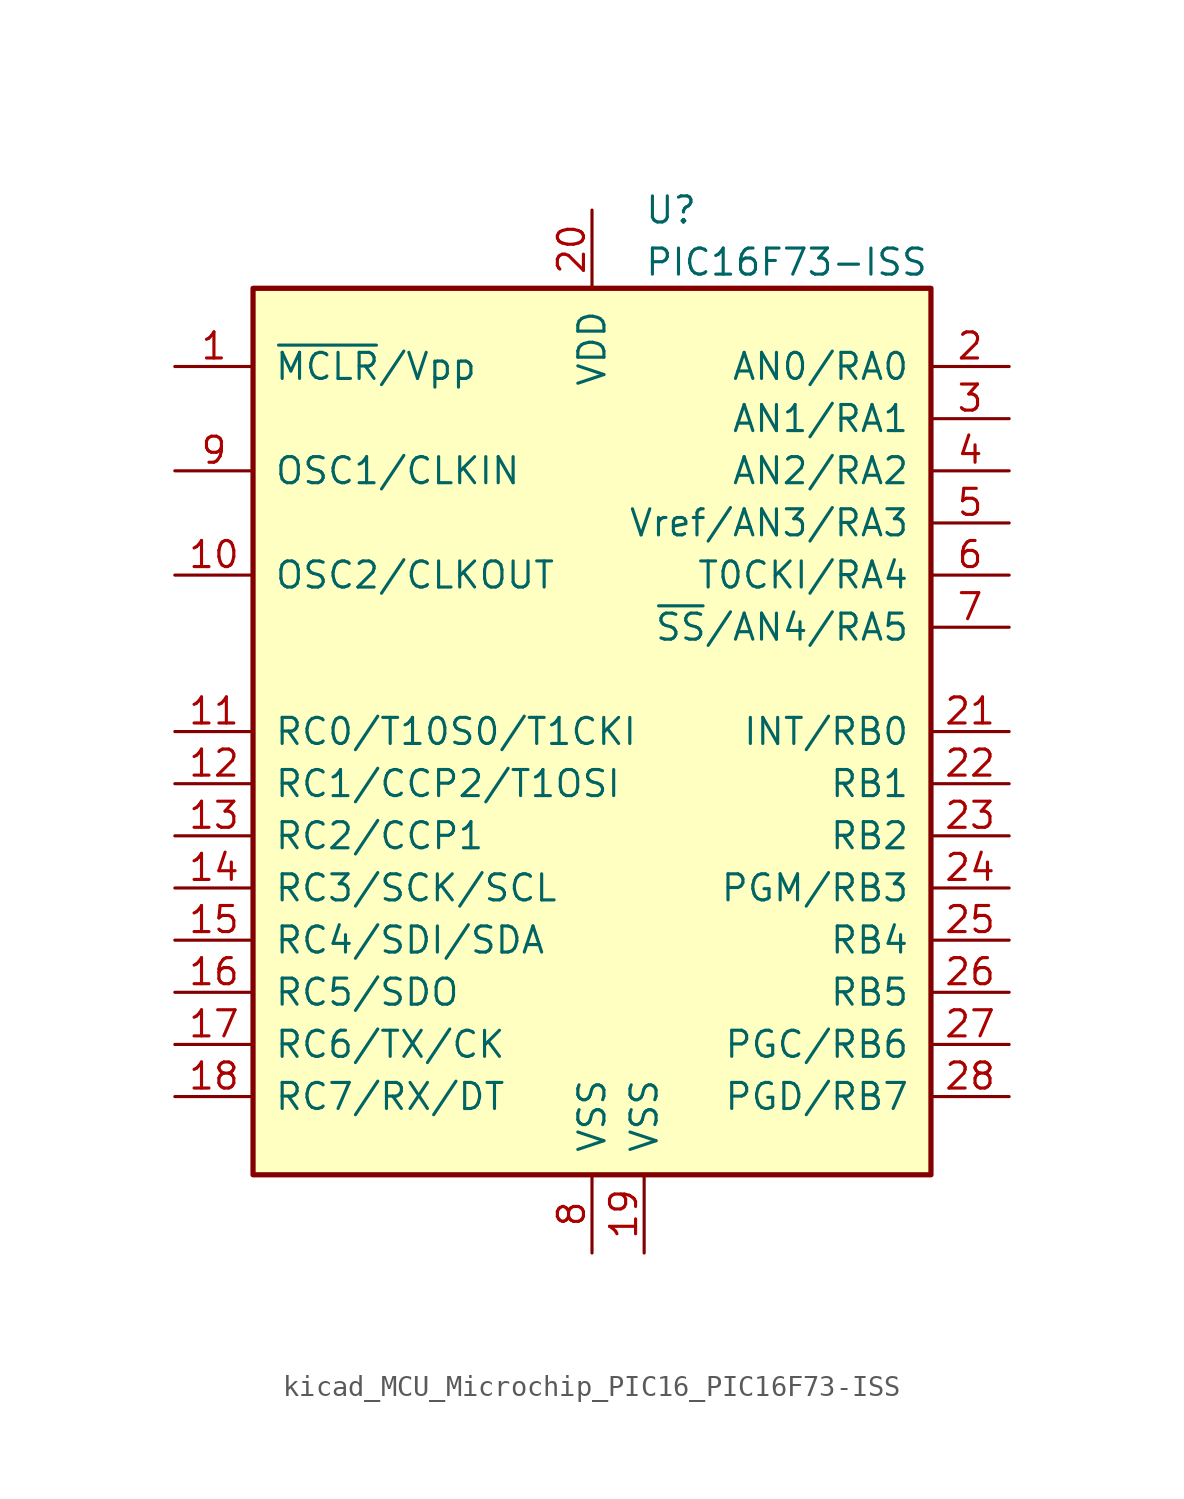
<source format=kicad_sym>
(kicad_symbol_lib
  (version 20220914)
  (generator kicad_symbol_editor)
  (symbol "kicad_MCU_Microchip_PIC16_PIC16F73-ISS"
    (pin_names
      (offset 1.016))
    (property "Reference" "U"
      (at 2.54 25.4 0)
      (effects (font (size 1.27 1.27)) (justify left)))
    (property "Value" "PIC16F73-ISS"
      (at 2.54 22.86 0)
      (effects (font (size 1.27 1.27)) (justify left)))
    (symbol "kicad_MCU_Microchip_PIC16_PIC16F73-ISS_0_1"
      (rectangle (start -16.51 -21.59) (end 16.51 21.59) (stroke (width 0.254) (type default)) (fill (type background))))
    (symbol "kicad_MCU_Microchip_PIC16_PIC16F73-ISS_1_1"
      (pin input line (at -20.32 17.78 0) (length 3.81) (name "~{MCLR}/Vpp" (effects (font (size 1.27 1.27)))) (number "1" (effects (font (size 1.27 1.27)))))
      (pin output line (at -20.32 7.62 0) (length 3.81) (name "OSC2/CLKOUT" (effects (font (size 1.27 1.27)))) (number "10" (effects (font (size 1.27 1.27)))))
      (pin bidirectional line (at -20.32 0 0) (length 3.81) (name "RC0/T10S0/T1CKI" (effects (font (size 1.27 1.27)))) (number "11" (effects (font (size 1.27 1.27)))))
      (pin bidirectional line (at -20.32 -2.54 0) (length 3.81) (name "RC1/CCP2/T1OSI" (effects (font (size 1.27 1.27)))) (number "12" (effects (font (size 1.27 1.27)))))
      (pin bidirectional line (at -20.32 -5.08 0) (length 3.81) (name "RC2/CCP1" (effects (font (size 1.27 1.27)))) (number "13" (effects (font (size 1.27 1.27)))))
      (pin bidirectional line (at -20.32 -7.62 0) (length 3.81) (name "RC3/SCK/SCL" (effects (font (size 1.27 1.27)))) (number "14" (effects (font (size 1.27 1.27)))))
      (pin bidirectional line (at -20.32 -10.16 0) (length 3.81) (name "RC4/SDI/SDA" (effects (font (size 1.27 1.27)))) (number "15" (effects (font (size 1.27 1.27)))))
      (pin bidirectional line (at -20.32 -12.7 0) (length 3.81) (name "RC5/SDO" (effects (font (size 1.27 1.27)))) (number "16" (effects (font (size 1.27 1.27)))))
      (pin bidirectional line (at -20.32 -15.24 0) (length 3.81) (name "RC6/TX/CK" (effects (font (size 1.27 1.27)))) (number "17" (effects (font (size 1.27 1.27)))))
      (pin bidirectional line (at -20.32 -17.78 0) (length 3.81) (name "RC7/RX/DT" (effects (font (size 1.27 1.27)))) (number "18" (effects (font (size 1.27 1.27)))))
      (pin power_in line (at 2.54 -25.4 90) (length 3.81) (name "VSS" (effects (font (size 1.27 1.27)))) (number "19" (effects (font (size 1.27 1.27)))))
      (pin bidirectional line (at 20.32 17.78 180) (length 3.81) (name "AN0/RA0" (effects (font (size 1.27 1.27)))) (number "2" (effects (font (size 1.27 1.27)))))
      (pin power_in line (at 0 25.4 270) (length 3.81) (name "VDD" (effects (font (size 1.27 1.27)))) (number "20" (effects (font (size 1.27 1.27)))))
      (pin bidirectional line (at 20.32 0 180) (length 3.81) (name "INT/RB0" (effects (font (size 1.27 1.27)))) (number "21" (effects (font (size 1.27 1.27)))))
      (pin bidirectional line (at 20.32 -2.54 180) (length 3.81) (name "RB1" (effects (font (size 1.27 1.27)))) (number "22" (effects (font (size 1.27 1.27)))))
      (pin bidirectional line (at 20.32 -5.08 180) (length 3.81) (name "RB2" (effects (font (size 1.27 1.27)))) (number "23" (effects (font (size 1.27 1.27)))))
      (pin bidirectional line (at 20.32 -7.62 180) (length 3.81) (name "PGM/RB3" (effects (font (size 1.27 1.27)))) (number "24" (effects (font (size 1.27 1.27)))))
      (pin bidirectional line (at 20.32 -10.16 180) (length 3.81) (name "RB4" (effects (font (size 1.27 1.27)))) (number "25" (effects (font (size 1.27 1.27)))))
      (pin bidirectional line (at 20.32 -12.7 180) (length 3.81) (name "RB5" (effects (font (size 1.27 1.27)))) (number "26" (effects (font (size 1.27 1.27)))))
      (pin bidirectional line (at 20.32 -15.24 180) (length 3.81) (name "PGC/RB6" (effects (font (size 1.27 1.27)))) (number "27" (effects (font (size 1.27 1.27)))))
      (pin bidirectional line (at 20.32 -17.78 180) (length 3.81) (name "PGD/RB7" (effects (font (size 1.27 1.27)))) (number "28" (effects (font (size 1.27 1.27)))))
      (pin bidirectional line (at 20.32 15.24 180) (length 3.81) (name "AN1/RA1" (effects (font (size 1.27 1.27)))) (number "3" (effects (font (size 1.27 1.27)))))
      (pin bidirectional line (at 20.32 12.7 180) (length 3.81) (name "AN2/RA2" (effects (font (size 1.27 1.27)))) (number "4" (effects (font (size 1.27 1.27)))))
      (pin bidirectional line (at 20.32 10.16 180) (length 3.81) (name "Vref/AN3/RA3" (effects (font (size 1.27 1.27)))) (number "5" (effects (font (size 1.27 1.27)))))
      (pin bidirectional line (at 20.32 7.62 180) (length 3.81) (name "T0CKI/RA4" (effects (font (size 1.27 1.27)))) (number "6" (effects (font (size 1.27 1.27)))))
      (pin bidirectional line (at 20.32 5.08 180) (length 3.81) (name "~{SS}/AN4/RA5" (effects (font (size 1.27 1.27)))) (number "7" (effects (font (size 1.27 1.27)))))
      (pin power_in line (at 0 -25.4 90) (length 3.81) (name "VSS" (effects (font (size 1.27 1.27)))) (number "8" (effects (font (size 1.27 1.27)))))
      (pin input line (at -20.32 12.7 0) (length 3.81) (name "OSC1/CLKIN" (effects (font (size 1.27 1.27)))) (number "9" (effects (font (size 1.27 1.27))))))))
</source>
